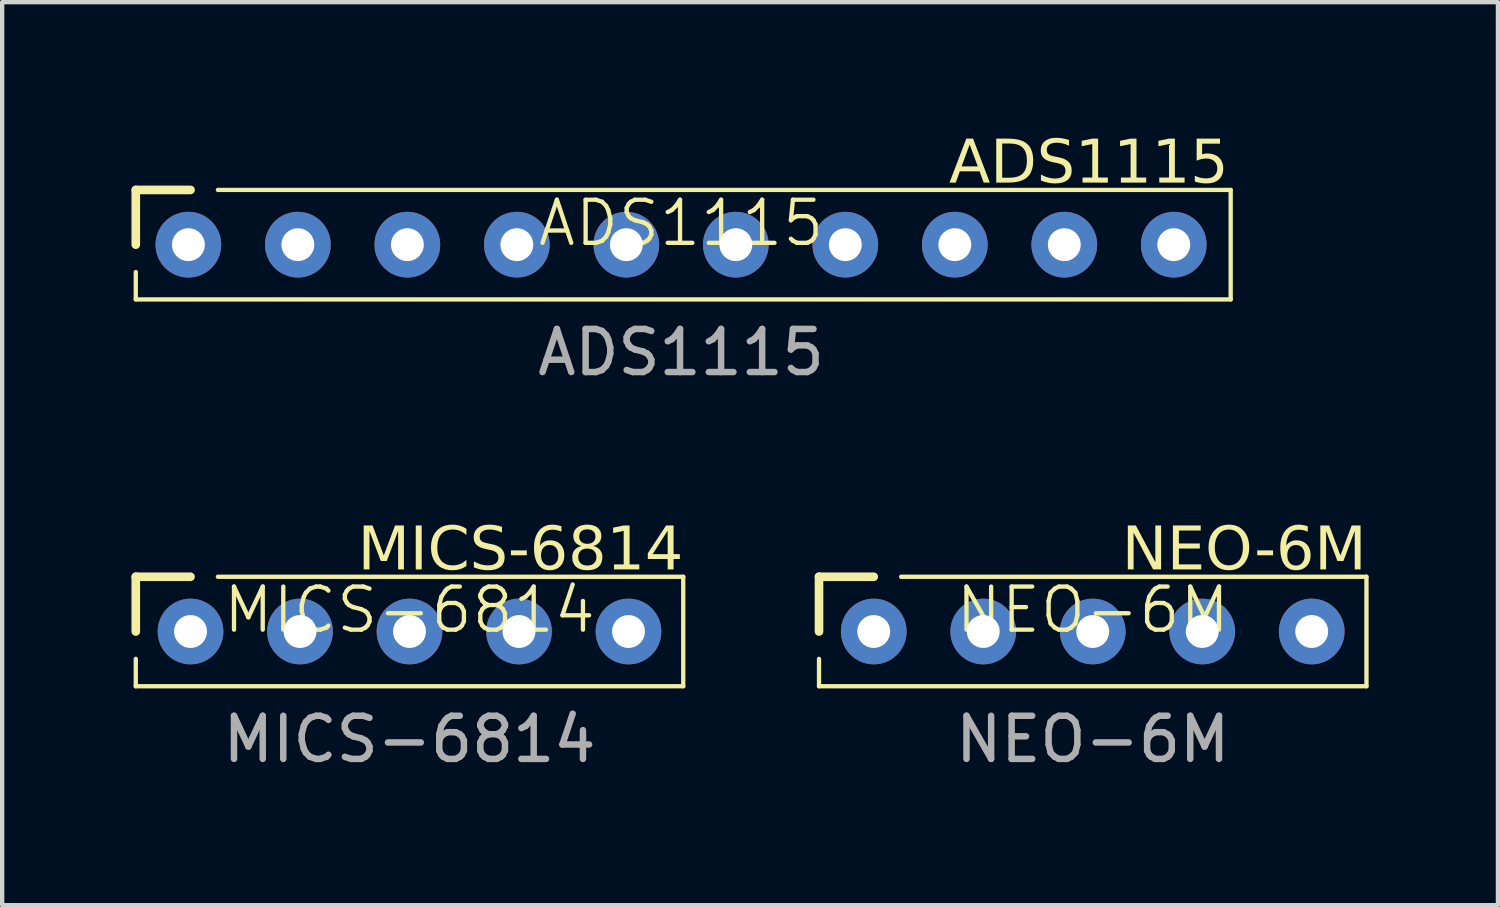
<source format=kicad_pcb>
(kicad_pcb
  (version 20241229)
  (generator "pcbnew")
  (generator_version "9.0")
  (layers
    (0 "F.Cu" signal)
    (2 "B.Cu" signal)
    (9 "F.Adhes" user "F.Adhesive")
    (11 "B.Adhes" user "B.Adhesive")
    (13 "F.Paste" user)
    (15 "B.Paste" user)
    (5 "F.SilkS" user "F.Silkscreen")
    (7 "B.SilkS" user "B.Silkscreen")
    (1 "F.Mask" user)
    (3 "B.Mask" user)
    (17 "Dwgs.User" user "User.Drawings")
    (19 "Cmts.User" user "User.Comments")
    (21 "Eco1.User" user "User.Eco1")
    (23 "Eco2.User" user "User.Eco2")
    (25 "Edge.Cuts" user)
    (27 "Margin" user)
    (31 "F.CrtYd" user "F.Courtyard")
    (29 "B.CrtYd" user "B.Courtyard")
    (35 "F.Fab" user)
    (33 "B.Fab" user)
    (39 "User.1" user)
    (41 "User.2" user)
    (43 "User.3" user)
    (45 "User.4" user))
  (footprint "NEO-6M"
    (layer "F.Cu")
    (at 22.3 11.6)
    (property "Reference" "NEO-6M" (at 0 -0.5 0) (unlocked yes) (layer "F.SilkS") (effects (font (size 1 1) (thickness 0.1))))
    (attr through_hole)
    (fp_line (start -6.35 -1.27) (end -5.08 -1.27) (stroke (width 0.2) (type default)) (layer "F.SilkS"))
    (fp_line (start -6.35 0) (end -6.35 -1.27) (stroke (width 0.2) (type default)) (layer "F.SilkS"))
    (fp_line (start -6.35 1.27) (end -6.35 0.635) (stroke (width 0.1) (type default)) (layer "F.SilkS"))
    (fp_line (start -6.35 1.27) (end 6.35 1.27) (stroke (width 0.1) (type default)) (layer "F.SilkS"))
    (fp_line (start 6.35 -1.27) (end -4.445 -1.27) (stroke (width 0.1) (type default)) (layer "F.SilkS"))
    (fp_line (start 6.35 1.27) (end 6.35 -1.27) (stroke (width 0.1) (type default)) (layer "F.SilkS"))
    (fp_text user "NEO-6M" (at 6.35 -1.27 0) (unlocked yes) (layer "F.SilkS") (effects (font (face "JetBrains Mono") (size 1 1) (thickness 0.1)) (justify right bottom)))
    (fp_text user "${REFERENCE}" (at 0 2.5 0) (unlocked yes) (layer "F.Fab") (effects (font (size 1 1) (thickness 0.15))))
    (pad "1" thru_hole circle (at -5.08 0) (size 1.524 1.524) (drill 0.762) (layers "*.Cu" "*.Mask"))
    (pad "2" thru_hole circle (at -2.54 0) (size 1.524 1.524) (drill 0.762) (layers "*.Cu" "*.Mask"))
    (pad "3" thru_hole circle (at 0 0) (size 1.524 1.524) (drill 0.762) (layers "*.Cu" "*.Mask"))
    (pad "4" thru_hole circle (at 2.54 0) (size 1.524 1.524) (drill 0.762) (layers "*.Cu" "*.Mask"))
    (pad "5" thru_hole circle (at 5.08 0) (size 1.524 1.524) (drill 0.762) (layers "*.Cu" "*.Mask")))
  (footprint "ADS1115"
    (layer "F.Cu")
    (at 12.75 2.626)
    (property "Reference" "ADS1115" (at 0 -0.5 0) (unlocked yes) (layer "F.SilkS") (effects (font (size 1 1) (thickness 0.1))))
    (attr through_hole)
    (fp_line (start -12.65 -1.27) (end -11.38 -1.27) (stroke (width 0.2) (type default)) (layer "F.SilkS"))
    (fp_line (start -12.65 0) (end -12.65 -1.27) (stroke (width 0.2) (type default)) (layer "F.SilkS"))
    (fp_line (start -12.65 1.27) (end -12.65 0.635) (stroke (width 0.1) (type default)) (layer "F.SilkS"))
    (fp_line (start -12.65 1.27) (end 12.75 1.27) (stroke (width 0.1) (type default)) (layer "F.SilkS"))
    (fp_line (start 12.75 -1.27) (end -10.745 -1.27) (stroke (width 0.1) (type default)) (layer "F.SilkS"))
    (fp_line (start 12.75 1.27) (end 12.75 -1.27) (stroke (width 0.1) (type default)) (layer "F.SilkS"))
    (fp_text user "ADS1115" (at 12.7 -1.27 0) (unlocked yes) (layer "F.SilkS") (effects (font (face "JetBrains Mono") (size 1 1) (thickness 0.1)) (justify right bottom)))
    (fp_text user "${REFERENCE}" (at 0 2.5 0) (unlocked yes) (layer "F.Fab") (effects (font (size 1 1) (thickness 0.15))))
    (pad "1" thru_hole circle (at -11.43 0) (size 1.524 1.524) (drill 0.762) (layers "*.Cu" "*.Mask"))
    (pad "2" thru_hole circle (at -8.89 0) (size 1.524 1.524) (drill 0.762) (layers "*.Cu" "*.Mask"))
    (pad "3" thru_hole circle (at -6.35 0) (size 1.524 1.524) (drill 0.762) (layers "*.Cu" "*.Mask"))
    (pad "4" thru_hole circle (at -3.81 0) (size 1.524 1.524) (drill 0.762) (layers "*.Cu" "*.Mask"))
    (pad "5" thru_hole circle (at -1.27 0) (size 1.524 1.524) (drill 0.762) (layers "*.Cu" "*.Mask"))
    (pad "6" thru_hole circle (at 1.27 0) (size 1.524 1.524) (drill 0.762) (layers "*.Cu" "*.Mask"))
    (pad "7" thru_hole circle (at 3.81 0) (size 1.524 1.524) (drill 0.762) (layers "*.Cu" "*.Mask"))
    (pad "8" thru_hole circle (at 6.35 0) (size 1.524 1.524) (drill 0.762) (layers "*.Cu" "*.Mask"))
    (pad "9" thru_hole circle (at 8.89 0) (size 1.524 1.524) (drill 0.762) (layers "*.Cu" "*.Mask"))
    (pad "10" thru_hole circle (at 11.43 0) (size 1.524 1.524) (drill 0.762) (layers "*.Cu" "*.Mask")))
  (footprint "MICS-6814"
    (layer "F.Cu")
    (at 6.45 11.6)
    (property "Reference" "MICS-6814" (at 0 -0.5 0) (unlocked yes) (layer "F.SilkS") (effects (font (size 1 1) (thickness 0.1))))
    (attr through_hole)
    (fp_line (start -6.35 -1.27) (end -5.08 -1.27) (stroke (width 0.2) (type default)) (layer "F.SilkS"))
    (fp_line (start -6.35 0) (end -6.35 -1.27) (stroke (width 0.2) (type default)) (layer "F.SilkS"))
    (fp_line (start -6.35 1.27) (end -6.35 0.635) (stroke (width 0.1) (type default)) (layer "F.SilkS"))
    (fp_line (start -6.35 1.27) (end 6.35 1.27) (stroke (width 0.1) (type default)) (layer "F.SilkS"))
    (fp_line (start 6.35 -1.27) (end -4.445 -1.27) (stroke (width 0.1) (type default)) (layer "F.SilkS"))
    (fp_line (start 6.35 1.27) (end 6.35 -1.27) (stroke (width 0.1) (type default)) (layer "F.SilkS"))
    (fp_text user "MICS-6814" (at 6.35 -1.27 0) (unlocked yes) (layer "F.SilkS") (effects (font (face "JetBrains Mono") (size 1 1) (thickness 0.1)) (justify right bottom)))
    (fp_text user "${REFERENCE}" (at 0 2.5 0) (unlocked yes) (layer "F.Fab") (effects (font (size 1 1) (thickness 0.15))))
    (pad "1" thru_hole circle (at -5.08 0) (size 1.524 1.524) (drill 0.762) (layers "*.Cu" "*.Mask"))
    (pad "2" thru_hole circle (at -2.54 0) (size 1.524 1.524) (drill 0.762) (layers "*.Cu" "*.Mask"))
    (pad "3" thru_hole circle (at 0 0) (size 1.524 1.524) (drill 0.762) (layers "*.Cu" "*.Mask"))
    (pad "4" thru_hole circle (at 2.54 0) (size 1.524 1.524) (drill 0.762) (layers "*.Cu" "*.Mask"))
    (pad "5" thru_hole circle (at 5.08 0) (size 1.524 1.524) (drill 0.762) (layers "*.Cu" "*.Mask")))
  (gr_rect
    (start -3 -3)
    (end 31.7 17.948)
    (stroke (width 0.1) (type default))
    (fill no)
    (layer "Edge.Cuts")))
</source>
